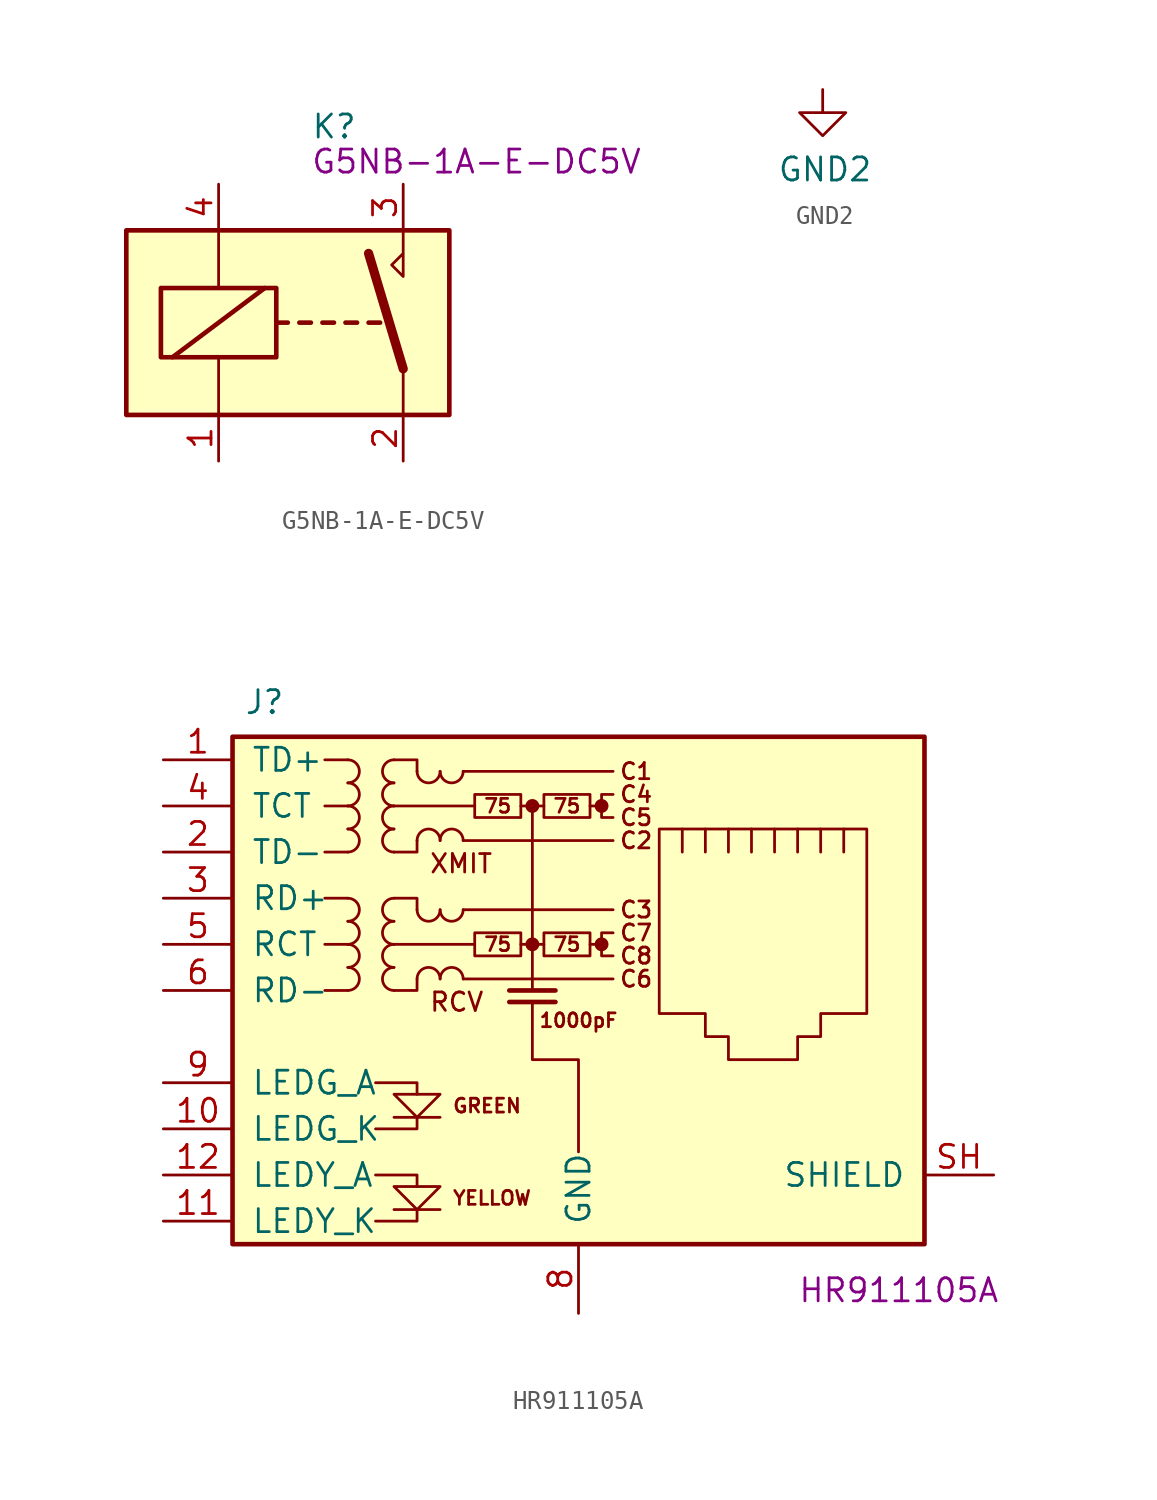
<source format=kicad_sym>
(kicad_symbol_lib
  (version 20211014)
  (generator kicad_symbol_editor)
  (symbol "G5NB-1A-E-DC5V"
    (pin_names
      (offset 1.016))
    (property "Reference" "K"
      (at 0 10.795 0)
      (effects (font (size 1.27 1.27)) (justify left)))
    (property "Symbol" "G5NB-1A-E-DC5V"
      (at -0.025 8.865 0)
      (effects (font (size 1.27 1.27)) (justify left)))
    (symbol "G5NB-1A-E-DC5V_0_0"
      (polyline (pts (xy 5.08 5.08) (xy 5.08 2.54) (xy 4.445 3.175) (xy 5.08 3.81)) (stroke (width 0) (type default) (color 0 0 0 0)) (fill (type none))))
    (symbol "G5NB-1A-E-DC5V_0_1"
      (rectangle (start -10.16 5.08) (end 7.62 -5.08) (stroke (width 0.254) (type default) (color 0 0 0 0)) (fill (type background)))
      (rectangle (start -8.255 1.905) (end -1.905 -1.905) (stroke (width 0.254) (type default) (color 0 0 0 0)) (fill (type none)))
      (polyline (pts (xy -7.62 -1.905) (xy -2.54 1.905)) (stroke (width 0.254) (type default) (color 0 0 0 0)) (fill (type none)))
      (polyline (pts (xy -5.08 -5.08) (xy -5.08 -1.905)) (stroke (width 0) (type default) (color 0 0 0 0)) (fill (type none)))
      (polyline (pts (xy -5.08 5.08) (xy -5.08 1.905)) (stroke (width 0) (type default) (color 0 0 0 0)) (fill (type none)))
      (polyline (pts (xy -1.905 0) (xy -1.27 0)) (stroke (width 0.254) (type default) (color 0 0 0 0)) (fill (type none)))
      (polyline (pts (xy -0.635 0) (xy 0 0)) (stroke (width 0.254) (type default) (color 0 0 0 0)) (fill (type none)))
      (polyline (pts (xy 0.635 0) (xy 1.27 0)) (stroke (width 0.254) (type default) (color 0 0 0 0)) (fill (type none)))
      (polyline (pts (xy 1.905 0) (xy 2.54 0)) (stroke (width 0.254) (type default) (color 0 0 0 0)) (fill (type none)))
      (polyline (pts (xy 3.175 0) (xy 3.81 0)) (stroke (width 0.254) (type default) (color 0 0 0 0)) (fill (type none)))
      (polyline (pts (xy 5.08 -2.54) (xy 3.175 3.81)) (stroke (width 0.508) (type default) (color 0 0 0 0)) (fill (type none)))
      (polyline (pts (xy 5.08 -2.54) (xy 5.08 -5.08)) (stroke (width 0) (type default) (color 0 0 0 0)) (fill (type none))))
    (symbol "G5NB-1A-E-DC5V_1_1"
      (pin passive line (at -5.08 -7.62 90) (length 2.54) (name "~" (effects (font (size 1.27 1.27)))) (number "1" (effects (font (size 1.27 1.27)))))
      (pin passive line (at 5.08 -7.62 90) (length 2.54) (name "~" (effects (font (size 1.27 1.27)))) (number "2" (effects (font (size 1.27 1.27)))))
      (pin passive line (at 5.08 7.62 270) (length 2.54) (name "~" (effects (font (size 1.27 1.27)))) (number "3" (effects (font (size 1.27 1.27)))))
      (pin passive line (at -5.08 7.62 270) (length 2.54) (name "~" (effects (font (size 1.27 1.27)))) (number "4" (effects (font (size 1.27 1.27)))))))
  (symbol "GND2"
    (power)
    (pin_names
      (offset 0))
    (property "Reference" "#PWR054"
      (at 0 -6.35 0)
      (effects (font (size 1.27 1.27)) hide))
    (property "Value" "GND2"
      (at 0.127 -4.394 0)
      (effects (font (size 1.27 1.27))))
    (symbol "GND2_0_1"
      (polyline (pts (xy 0 0) (xy 0 -1.27) (xy 1.27 -1.27) (xy 0 -2.54) (xy -1.27 -1.27) (xy 0 -1.27)) (stroke (width 0) (type default) (color 0 0 0 0)) (fill (type none))))
    (symbol "GND2_1_1"
      (pin power_out line (at 0 0 270) (length 0) hide (name "GND2" (effects (font (size 1.27 1.27)))) (number "1" (effects (font (size 1.27 1.27)))))))
  (symbol "HR911105A"
    (pin_names
      (offset 1.016))
    (property "Reference" "J"
      (at -18.415 18.415 0)
      (effects (font (size 1.27 1.27)) (justify left)))
    (property "Symbol" "HR911105A"
      (at 12.065 -13.97 0)
      (effects (font (size 1.27 1.27)) (justify left)))
    (symbol "HR911105A_0_0"
      (circle (center -2.54 5.08) (radius 0.254) (stroke (width 0.254) (type default) (color 0 0 0 0)) (fill (type outline)))
      (circle (center -2.54 12.7) (radius 0.254) (stroke (width 0.254) (type default) (color 0 0 0 0)) (fill (type outline)))
      (polyline (pts (xy -7.62 -9.525) (xy -10.16 -9.525)) (stroke (width 0) (type default) (color 0 0 0 0)) (fill (type none)))
      (polyline (pts (xy -7.62 -4.445) (xy -10.16 -4.445)) (stroke (width 0) (type default) (color 0 0 0 0)) (fill (type none)))
      (polyline (pts (xy -2.54 12.7) (xy -2.54 2.54)) (stroke (width 0) (type default) (color 0 0 0 0)) (fill (type none)))
      (polyline (pts (xy -1.27 1.905) (xy -3.81 1.905)) (stroke (width 0.254) (type default) (color 0 0 0 0)) (fill (type none)))
      (polyline (pts (xy -1.27 2.54) (xy -3.81 2.54)) (stroke (width 0.254) (type default) (color 0 0 0 0)) (fill (type none)))
      (polyline (pts (xy 1.27 5.08) (xy 0.635 5.08)) (stroke (width 0) (type default) (color 0 0 0 0)) (fill (type none)))
      (polyline (pts (xy 1.27 12.7) (xy 0.635 12.7)) (stroke (width 0) (type default) (color 0 0 0 0)) (fill (type none)))
      (polyline (pts (xy -11.176 -10.16) (xy -8.89 -10.16) (xy -8.89 -9.525)) (stroke (width 0) (type default) (color 0 0 0 0)) (fill (type none)))
      (polyline (pts (xy -11.176 -7.62) (xy -8.89 -7.62) (xy -8.89 -8.255)) (stroke (width 0) (type default) (color 0 0 0 0)) (fill (type none)))
      (polyline (pts (xy -11.176 -2.54) (xy -8.89 -2.54) (xy -8.89 -3.175)) (stroke (width 0) (type default) (color 0 0 0 0)) (fill (type none)))
      (polyline (pts (xy -8.89 -4.445) (xy -8.89 -5.08) (xy -11.176 -5.08)) (stroke (width 0) (type default) (color 0 0 0 0)) (fill (type none)))
      (polyline (pts (xy -10.16 -3.175) (xy -7.62 -3.175) (xy -8.89 -4.445) (xy -10.16 -3.175)) (stroke (width 0) (type default) (color 0 0 0 0)) (fill (type none)))
      (polyline (pts (xy -7.62 -8.255) (xy -10.16 -8.255) (xy -8.89 -9.525) (xy -7.62 -8.255)) (stroke (width 0) (type default) (color 0 0 0 0)) (fill (type none)))
      (polyline (pts (xy -2.54 1.905) (xy -2.54 -1.27) (xy 0 -1.27) (xy 0 -6.35)) (stroke (width 0) (type default) (color 0 0 0 0)) (fill (type none)))
      (polyline (pts (xy 1.905 5.715) (xy 1.27 5.715) (xy 1.27 4.445) (xy 1.905 4.445)) (stroke (width 0) (type default) (color 0 0 0 0)) (fill (type none)))
      (polyline (pts (xy 1.905 13.335) (xy 1.27 13.335) (xy 1.27 12.065) (xy 1.905 12.065)) (stroke (width 0) (type default) (color 0 0 0 0)) (fill (type none)))
      (circle (center 1.27 5.08) (radius 0.254) (stroke (width 0.254) (type default) (color 0 0 0 0)) (fill (type outline)))
      (circle (center 1.27 12.7) (radius 0.254) (stroke (width 0.254) (type default) (color 0 0 0 0)) (fill (type outline)))
      (text "1000pF" (at 0 0.889 0) (effects (font (size 0.762 0.762))))
      (text "75" (at -4.445 5.08 0) (effects (font (size 0.762 0.762))))
      (text "75" (at -4.445 12.7 0) (effects (font (size 0.762 0.762))))
      (text "75" (at -0.635 5.08 0) (effects (font (size 0.762 0.762))))
      (text "75" (at -0.635 12.7 0) (effects (font (size 0.762 0.762))))
      (text "C1" (at 3.175 14.605 0) (effects (font (size 0.889 0.889))))
      (text "C2" (at 3.175 10.795 0) (effects (font (size 0.889 0.889))))
      (text "C3" (at 3.175 6.985 0) (effects (font (size 0.889 0.889))))
      (text "C4" (at 3.175 13.335 0) (effects (font (size 0.889 0.889))))
      (text "C5" (at 3.175 12.065 0) (effects (font (size 0.889 0.889))))
      (text "C6" (at 3.175 3.175 0) (effects (font (size 0.889 0.889))))
      (text "C7" (at 3.175 5.715 0) (effects (font (size 0.889 0.889))))
      (text "C8" (at 3.175 4.445 0) (effects (font (size 0.889 0.889))))
      (text "GREEN" (at -6.985 -3.81 0) (effects (font (size 0.762 0.762)) (justify left)))
      (text "RCV" (at -8.255 1.905 0) (effects (font (size 1.016 1.016)) (justify left)))
      (text "XMIT" (at -8.255 9.525 0) (effects (font (size 1.016 1.016)) (justify left)))
      (text "YELLOW" (at -6.985 -8.89 0) (effects (font (size 0.762 0.762)) (justify left))))
    (symbol "HR911105A_0_1"
      (rectangle (start -19.05 -11.43) (end 19.05 16.51) (stroke (width 0.254) (type default) (color 0 0 0 0)) (fill (type background)))
      (arc (start -12.7 2.54) (mid -12.065 3.175) (end -12.7 3.81) (stroke (width 0) (type default) (color 0 0 0 0)) (fill (type none)))
      (arc (start -12.7 3.81) (mid -12.065 4.445) (end -12.7 5.08) (stroke (width 0) (type default) (color 0 0 0 0)) (fill (type none)))
      (arc (start -12.7 5.08) (mid -12.065 5.715) (end -12.7 6.35) (stroke (width 0) (type default) (color 0 0 0 0)) (fill (type none)))
      (arc (start -12.7 6.35) (mid -12.065 6.985) (end -12.7 7.62) (stroke (width 0) (type default) (color 0 0 0 0)) (fill (type none)))
      (arc (start -12.7 10.16) (mid -12.065 10.795) (end -12.7 11.43) (stroke (width 0) (type default) (color 0 0 0 0)) (fill (type none)))
      (arc (start -12.7 11.43) (mid -12.065 12.065) (end -12.7 12.7) (stroke (width 0) (type default) (color 0 0 0 0)) (fill (type none)))
      (arc (start -12.7 12.7) (mid -12.065 13.335) (end -12.7 13.97) (stroke (width 0) (type default) (color 0 0 0 0)) (fill (type none)))
      (arc (start -12.7 13.97) (mid -12.065 14.605) (end -12.7 15.24) (stroke (width 0) (type default) (color 0 0 0 0)) (fill (type none)))
      (arc (start -10.16 3.81) (mid -10.795 3.175) (end -10.16 2.54) (stroke (width 0) (type default) (color 0 0 0 0)) (fill (type none)))
      (arc (start -10.16 5.08) (mid -10.795 4.445) (end -10.16 3.81) (stroke (width 0) (type default) (color 0 0 0 0)) (fill (type none)))
      (arc (start -10.16 6.35) (mid -10.795 5.715) (end -10.16 5.08) (stroke (width 0) (type default) (color 0 0 0 0)) (fill (type none)))
      (arc (start -10.16 7.62) (mid -10.795 6.985) (end -10.16 6.35) (stroke (width 0) (type default) (color 0 0 0 0)) (fill (type none)))
      (arc (start -10.16 11.43) (mid -10.795 10.795) (end -10.16 10.16) (stroke (width 0) (type default) (color 0 0 0 0)) (fill (type none)))
      (arc (start -10.16 12.7) (mid -10.795 12.065) (end -10.16 11.43) (stroke (width 0) (type default) (color 0 0 0 0)) (fill (type none)))
      (arc (start -10.16 13.97) (mid -10.795 13.335) (end -10.16 12.7) (stroke (width 0) (type default) (color 0 0 0 0)) (fill (type none)))
      (arc (start -10.16 15.24) (mid -10.795 14.605) (end -10.16 13.97) (stroke (width 0) (type default) (color 0 0 0 0)) (fill (type none)))
      (arc (start -8.89 6.985) (mid -8.255 6.35) (end -7.62 6.985) (stroke (width 0) (type default) (color 0 0 0 0)) (fill (type none)))
      (arc (start -8.89 14.605) (mid -8.255 13.97) (end -7.62 14.605) (stroke (width 0) (type default) (color 0 0 0 0)) (fill (type none)))
      (arc (start -7.62 3.175) (mid -8.255 3.81) (end -8.89 3.175) (stroke (width 0) (type default) (color 0 0 0 0)) (fill (type none)))
      (arc (start -7.62 6.985) (mid -6.985 6.35) (end -6.35 6.985) (stroke (width 0) (type default) (color 0 0 0 0)) (fill (type none)))
      (arc (start -7.62 10.795) (mid -8.255 11.43) (end -8.89 10.795) (stroke (width 0) (type default) (color 0 0 0 0)) (fill (type none)))
      (arc (start -7.62 14.605) (mid -6.985 13.97) (end -6.35 14.605) (stroke (width 0) (type default) (color 0 0 0 0)) (fill (type none)))
      (arc (start -6.35 3.175) (mid -6.985 3.81) (end -7.62 3.175) (stroke (width 0) (type default) (color 0 0 0 0)) (fill (type none)))
      (arc (start -6.35 10.795) (mid -6.985 11.43) (end -7.62 10.795) (stroke (width 0) (type default) (color 0 0 0 0)) (fill (type none)))
      (rectangle (start -5.715 5.715) (end -3.175 4.445) (stroke (width 0) (type default) (color 0 0 0 0)) (fill (type none)))
      (rectangle (start -5.715 13.335) (end -3.175 12.065) (stroke (width 0) (type default) (color 0 0 0 0)) (fill (type none)))
      (rectangle (start -1.905 5.715) (end 0.635 4.445) (stroke (width 0) (type default) (color 0 0 0 0)) (fill (type none)))
      (rectangle (start -1.905 13.335) (end 0.635 12.065) (stroke (width 0) (type default) (color 0 0 0 0)) (fill (type none)))
      (polyline (pts (xy -12.7 2.54) (xy -13.97 2.54)) (stroke (width 0) (type default) (color 0 0 0 0)) (fill (type none)))
      (polyline (pts (xy -12.7 5.08) (xy -13.97 5.08)) (stroke (width 0) (type default) (color 0 0 0 0)) (fill (type none)))
      (polyline (pts (xy -12.7 7.62) (xy -13.97 7.62)) (stroke (width 0) (type default) (color 0 0 0 0)) (fill (type none)))
      (polyline (pts (xy -12.7 10.16) (xy -13.97 10.16)) (stroke (width 0) (type default) (color 0 0 0 0)) (fill (type none)))
      (polyline (pts (xy -12.7 12.7) (xy -13.97 12.7)) (stroke (width 0) (type default) (color 0 0 0 0)) (fill (type none)))
      (polyline (pts (xy -12.7 15.24) (xy -13.97 15.24)) (stroke (width 0) (type default) (color 0 0 0 0)) (fill (type none)))
      (polyline (pts (xy -6.35 3.175) (xy 1.905 3.175)) (stroke (width 0) (type default) (color 0 0 0 0)) (fill (type none)))
      (polyline (pts (xy -6.35 6.985) (xy 1.905 6.985)) (stroke (width 0) (type default) (color 0 0 0 0)) (fill (type none)))
      (polyline (pts (xy -6.35 10.795) (xy 1.905 10.795)) (stroke (width 0) (type default) (color 0 0 0 0)) (fill (type none)))
      (polyline (pts (xy -6.35 14.605) (xy 1.905 14.605)) (stroke (width 0) (type default) (color 0 0 0 0)) (fill (type none)))
      (polyline (pts (xy -5.715 5.08) (xy -10.16 5.08)) (stroke (width 0) (type default) (color 0 0 0 0)) (fill (type none)))
      (polyline (pts (xy -5.715 12.7) (xy -10.16 12.7)) (stroke (width 0) (type default) (color 0 0 0 0)) (fill (type none)))
      (polyline (pts (xy -3.175 5.08) (xy -1.905 5.08)) (stroke (width 0) (type default) (color 0 0 0 0)) (fill (type none)))
      (polyline (pts (xy -3.175 12.7) (xy -1.905 12.7)) (stroke (width 0) (type default) (color 0 0 0 0)) (fill (type none)))
      (polyline (pts (xy 5.715 10.16) (xy 5.715 11.43)) (stroke (width 0) (type default) (color 0 0 0 0)) (fill (type none)))
      (polyline (pts (xy 6.985 11.43) (xy 6.985 10.16)) (stroke (width 0) (type default) (color 0 0 0 0)) (fill (type none)))
      (polyline (pts (xy 8.255 11.43) (xy 8.255 10.16)) (stroke (width 0) (type default) (color 0 0 0 0)) (fill (type none)))
      (polyline (pts (xy 9.525 11.43) (xy 9.525 10.16)) (stroke (width 0) (type default) (color 0 0 0 0)) (fill (type none)))
      (polyline (pts (xy 10.795 11.43) (xy 10.795 10.16)) (stroke (width 0) (type default) (color 0 0 0 0)) (fill (type none)))
      (polyline (pts (xy 12.065 11.43) (xy 12.065 10.16)) (stroke (width 0) (type default) (color 0 0 0 0)) (fill (type none)))
      (polyline (pts (xy 13.335 10.16) (xy 13.335 11.43)) (stroke (width 0) (type default) (color 0 0 0 0)) (fill (type none)))
      (polyline (pts (xy 14.605 10.16) (xy 14.605 11.43)) (stroke (width 0) (type default) (color 0 0 0 0)) (fill (type none)))
      (polyline (pts (xy -10.16 7.62) (xy -8.89 7.62) (xy -8.89 6.985)) (stroke (width 0) (type default) (color 0 0 0 0)) (fill (type none)))
      (polyline (pts (xy -10.16 15.24) (xy -8.89 15.24) (xy -8.89 14.605)) (stroke (width 0) (type default) (color 0 0 0 0)) (fill (type none)))
      (polyline (pts (xy -8.89 3.175) (xy -8.89 2.54) (xy -10.16 2.54)) (stroke (width 0) (type default) (color 0 0 0 0)) (fill (type none)))
      (polyline (pts (xy -8.89 10.795) (xy -8.89 10.16) (xy -10.16 10.16)) (stroke (width 0) (type default) (color 0 0 0 0)) (fill (type none)))
      (polyline (pts (xy 4.445 11.43) (xy 15.875 11.43) (xy 15.875 1.27) (xy 13.335 1.27) (xy 13.335 0) (xy 12.065 0) (xy 12.065 -1.27) (xy 8.255 -1.27) (xy 8.255 0) (xy 6.985 0) (xy 6.985 1.27) (xy 4.445 1.27) (xy 4.445 11.43)) (stroke (width 0) (type default) (color 0 0 0 0)) (fill (type none))))
    (symbol "HR911105A_1_1"
      (pin passive line (at -22.86 15.24 0) (length 3.81) (name "TD+" (effects (font (size 1.27 1.27)))) (number "1" (effects (font (size 1.27 1.27)))))
      (pin passive line (at -22.86 -5.08 0) (length 3.81) (name "LEDG_K" (effects (font (size 1.27 1.27)))) (number "10" (effects (font (size 1.27 1.27)))))
      (pin passive line (at -22.86 -10.16 0) (length 3.81) (name "LEDY_K" (effects (font (size 1.27 1.27)))) (number "11" (effects (font (size 1.27 1.27)))))
      (pin passive line (at -22.86 -7.62 0) (length 3.81) (name "LEDY_A" (effects (font (size 1.27 1.27)))) (number "12" (effects (font (size 1.27 1.27)))))
      (pin passive line (at -22.86 10.16 0) (length 3.81) (name "TD-" (effects (font (size 1.27 1.27)))) (number "2" (effects (font (size 1.27 1.27)))))
      (pin passive line (at -22.86 7.62 0) (length 3.81) (name "RD+" (effects (font (size 1.27 1.27)))) (number "3" (effects (font (size 1.27 1.27)))))
      (pin passive line (at -22.86 12.7 0) (length 3.81) (name "TCT" (effects (font (size 1.27 1.27)))) (number "4" (effects (font (size 1.27 1.27)))))
      (pin passive line (at -22.86 5.08 0) (length 3.81) (name "RCT" (effects (font (size 1.27 1.27)))) (number "5" (effects (font (size 1.27 1.27)))))
      (pin passive line (at -22.86 2.54 0) (length 3.81) (name "RD-" (effects (font (size 1.27 1.27)))) (number "6" (effects (font (size 1.27 1.27)))))
      (pin no_connect line (at -8.89 0 0) (length 0) hide (name "NC" (effects (font (size 1.27 1.27)))) (number "7" (effects (font (size 1.27 1.27)))))
      (pin power_in line (at 0 -15.24 90) (length 3.81) (name "GND" (effects (font (size 1.27 1.27)))) (number "8" (effects (font (size 1.27 1.27)))))
      (pin passive line (at -22.86 -2.54 0) (length 3.81) (name "LEDG_A" (effects (font (size 1.27 1.27)))) (number "9" (effects (font (size 1.27 1.27)))))
      (pin passive line (at 22.86 -7.62 180) (length 3.81) (name "SHIELD" (effects (font (size 1.27 1.27)))) (number "SH" (effects (font (size 1.27 1.27))))))))
</source>
